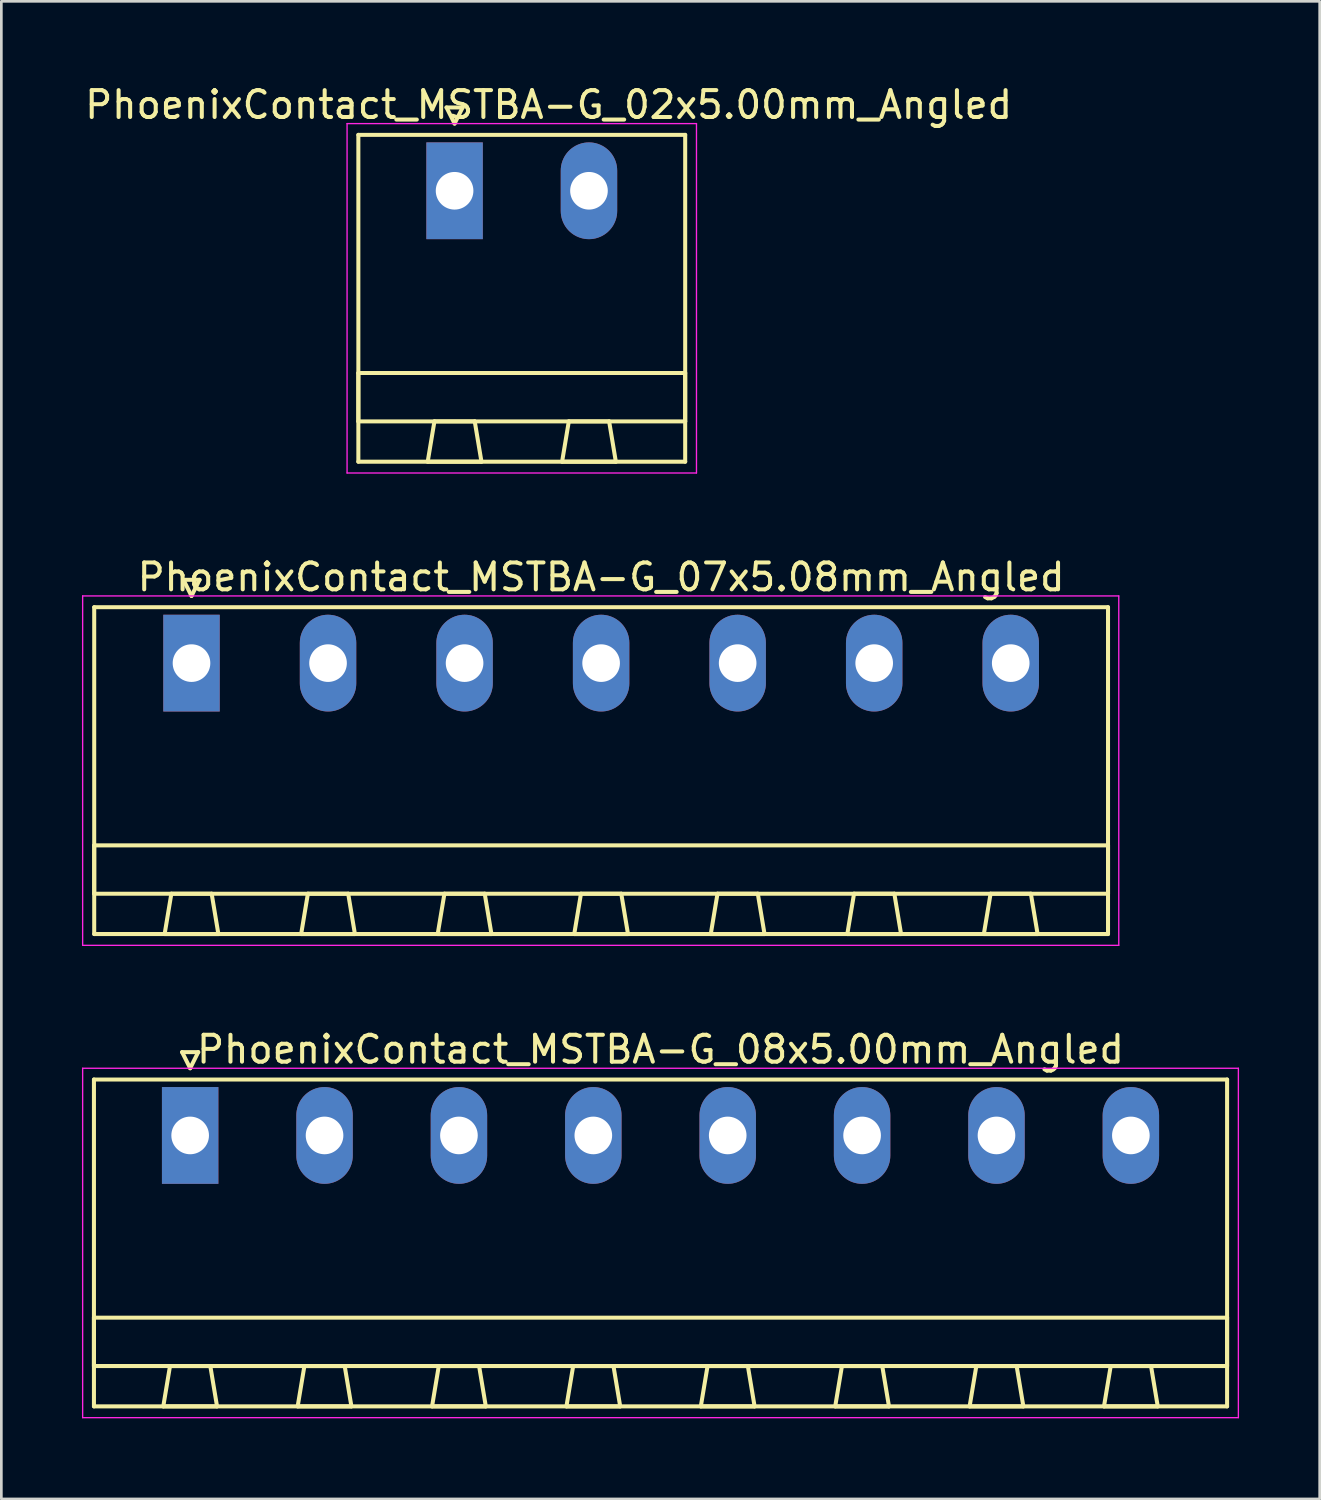
<source format=kicad_pcb>
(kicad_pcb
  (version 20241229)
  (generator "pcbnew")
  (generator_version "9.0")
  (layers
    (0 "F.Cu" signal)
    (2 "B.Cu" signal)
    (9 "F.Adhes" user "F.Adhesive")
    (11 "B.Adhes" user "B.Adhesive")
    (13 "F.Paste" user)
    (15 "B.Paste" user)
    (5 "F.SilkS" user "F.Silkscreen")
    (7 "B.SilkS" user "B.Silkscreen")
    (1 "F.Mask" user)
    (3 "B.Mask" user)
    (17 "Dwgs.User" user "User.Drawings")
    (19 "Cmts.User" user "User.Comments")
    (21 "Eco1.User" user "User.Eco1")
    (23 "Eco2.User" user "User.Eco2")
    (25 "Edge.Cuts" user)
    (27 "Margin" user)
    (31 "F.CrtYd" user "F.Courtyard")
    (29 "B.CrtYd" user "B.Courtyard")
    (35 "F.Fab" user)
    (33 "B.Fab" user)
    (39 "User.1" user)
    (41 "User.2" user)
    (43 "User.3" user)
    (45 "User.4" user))
  (footprint "PhoenixContact_MSTBA-G_08x5.00mm_Angled"
    (layer "F.Cu")
    (at 4.025 39.195)
    (property "Reference" "PhoenixContact_MSTBA-G_08x5.00mm_Angled" (at 17.5 -3.2 0) (layer "F.SilkS") (effects (font (size 1 1) (thickness 0.15))))
    (attr through_hole)
    (fp_line (start -3.58 -2.08) (end -3.58 10.08) (stroke (width 0.15) (type solid)) (layer "F.SilkS"))
    (fp_line (start -3.58 6.78) (end 38.58 6.78) (stroke (width 0.15) (type solid)) (layer "F.SilkS"))
    (fp_line (start -3.58 8.58) (end -3.58 6.78) (stroke (width 0.15) (type solid)) (layer "F.SilkS"))
    (fp_line (start -3.58 10.08) (end 38.58 10.08) (stroke (width 0.15) (type solid)) (layer "F.SilkS"))
    (fp_line (start -1 10.08) (end 1 10.08) (stroke (width 0.15) (type solid)) (layer "F.SilkS"))
    (fp_line (start -0.75 8.58) (end -1 10.08) (stroke (width 0.15) (type solid)) (layer "F.SilkS"))
    (fp_line (start -0.3 -3.1) (end 0 -2.5) (stroke (width 0.15) (type solid)) (layer "F.SilkS"))
    (fp_line (start 0 -2.5) (end 0.3 -3.1) (stroke (width 0.15) (type solid)) (layer "F.SilkS"))
    (fp_line (start 0.3 -3.1) (end -0.3 -3.1) (stroke (width 0.15) (type solid)) (layer "F.SilkS"))
    (fp_line (start 0.75 8.58) (end -0.75 8.58) (stroke (width 0.15) (type solid)) (layer "F.SilkS"))
    (fp_line (start 1 10.08) (end 0.75 8.58) (stroke (width 0.15) (type solid)) (layer "F.SilkS"))
    (fp_line (start 4 10.08) (end 6 10.08) (stroke (width 0.15) (type solid)) (layer "F.SilkS"))
    (fp_line (start 4.25 8.58) (end 4 10.08) (stroke (width 0.15) (type solid)) (layer "F.SilkS"))
    (fp_line (start 5.75 8.58) (end 4.25 8.58) (stroke (width 0.15) (type solid)) (layer "F.SilkS"))
    (fp_line (start 6 10.08) (end 5.75 8.58) (stroke (width 0.15) (type solid)) (layer "F.SilkS"))
    (fp_line (start 9 10.08) (end 11 10.08) (stroke (width 0.15) (type solid)) (layer "F.SilkS"))
    (fp_line (start 9.25 8.58) (end 9 10.08) (stroke (width 0.15) (type solid)) (layer "F.SilkS"))
    (fp_line (start 10.75 8.58) (end 9.25 8.58) (stroke (width 0.15) (type solid)) (layer "F.SilkS"))
    (fp_line (start 11 10.08) (end 10.75 8.58) (stroke (width 0.15) (type solid)) (layer "F.SilkS"))
    (fp_line (start 14 10.08) (end 16 10.08) (stroke (width 0.15) (type solid)) (layer "F.SilkS"))
    (fp_line (start 14.25 8.58) (end 14 10.08) (stroke (width 0.15) (type solid)) (layer "F.SilkS"))
    (fp_line (start 15.75 8.58) (end 14.25 8.58) (stroke (width 0.15) (type solid)) (layer "F.SilkS"))
    (fp_line (start 16 10.08) (end 15.75 8.58) (stroke (width 0.15) (type solid)) (layer "F.SilkS"))
    (fp_line (start 19 10.08) (end 21 10.08) (stroke (width 0.15) (type solid)) (layer "F.SilkS"))
    (fp_line (start 19.25 8.58) (end 19 10.08) (stroke (width 0.15) (type solid)) (layer "F.SilkS"))
    (fp_line (start 20.75 8.58) (end 19.25 8.58) (stroke (width 0.15) (type solid)) (layer "F.SilkS"))
    (fp_line (start 21 10.08) (end 20.75 8.58) (stroke (width 0.15) (type solid)) (layer "F.SilkS"))
    (fp_line (start 24 10.08) (end 26 10.08) (stroke (width 0.15) (type solid)) (layer "F.SilkS"))
    (fp_line (start 24.25 8.58) (end 24 10.08) (stroke (width 0.15) (type solid)) (layer "F.SilkS"))
    (fp_line (start 25.75 8.58) (end 24.25 8.58) (stroke (width 0.15) (type solid)) (layer "F.SilkS"))
    (fp_line (start 26 10.08) (end 25.75 8.58) (stroke (width 0.15) (type solid)) (layer "F.SilkS"))
    (fp_line (start 29 10.08) (end 31 10.08) (stroke (width 0.15) (type solid)) (layer "F.SilkS"))
    (fp_line (start 29.25 8.58) (end 29 10.08) (stroke (width 0.15) (type solid)) (layer "F.SilkS"))
    (fp_line (start 30.75 8.58) (end 29.25 8.58) (stroke (width 0.15) (type solid)) (layer "F.SilkS"))
    (fp_line (start 31 10.08) (end 30.75 8.58) (stroke (width 0.15) (type solid)) (layer "F.SilkS"))
    (fp_line (start 34 10.08) (end 36 10.08) (stroke (width 0.15) (type solid)) (layer "F.SilkS"))
    (fp_line (start 34.25 8.58) (end 34 10.08) (stroke (width 0.15) (type solid)) (layer "F.SilkS"))
    (fp_line (start 35.75 8.58) (end 34.25 8.58) (stroke (width 0.15) (type solid)) (layer "F.SilkS"))
    (fp_line (start 36 10.08) (end 35.75 8.58) (stroke (width 0.15) (type solid)) (layer "F.SilkS"))
    (fp_line (start 38.58 -2.08) (end -3.58 -2.08) (stroke (width 0.15) (type solid)) (layer "F.SilkS"))
    (fp_line (start 38.58 6.78) (end 38.58 8.58) (stroke (width 0.15) (type solid)) (layer "F.SilkS"))
    (fp_line (start 38.58 8.58) (end -3.58 8.58) (stroke (width 0.15) (type solid)) (layer "F.SilkS"))
    (fp_line (start 38.58 10.08) (end 38.58 -2.08) (stroke (width 0.15) (type solid)) (layer "F.SilkS"))
    (fp_line (start -4 -2.5) (end -4 10.5) (stroke (width 0.05) (type solid)) (layer "F.CrtYd"))
    (fp_line (start -4 10.5) (end 39 10.5) (stroke (width 0.05) (type solid)) (layer "F.CrtYd"))
    (fp_line (start 39 -2.5) (end -4 -2.5) (stroke (width 0.05) (type solid)) (layer "F.CrtYd"))
    (fp_line (start 39 10.5) (end 39 -2.5) (stroke (width 0.05) (type solid)) (layer "F.CrtYd"))
    (pad "1" thru_hole rect (at 0 0) (size 2.1 3.6) (drill 1.4) (layers "*.Cu" "*.Mask"))
    (pad "2" thru_hole oval (at 5 0) (size 2.1 3.6) (drill 1.4) (layers "*.Cu" "*.Mask"))
    (pad "3" thru_hole oval (at 10 0) (size 2.1 3.6) (drill 1.4) (layers "*.Cu" "*.Mask"))
    (pad "4" thru_hole oval (at 15 0) (size 2.1 3.6) (drill 1.4) (layers "*.Cu" "*.Mask"))
    (pad "5" thru_hole oval (at 20 0) (size 2.1 3.6) (drill 1.4) (layers "*.Cu" "*.Mask"))
    (pad "6" thru_hole oval (at 25 0) (size 2.1 3.6) (drill 1.4) (layers "*.Cu" "*.Mask"))
    (pad "7" thru_hole oval (at 30 0) (size 2.1 3.6) (drill 1.4) (layers "*.Cu" "*.Mask"))
    (pad "8" thru_hole oval (at 35 0) (size 2.1 3.6) (drill 1.4) (layers "*.Cu" "*.Mask")))
  (footprint "PhoenixContact_MSTBA-G_07x5.08mm_Angled"
    (layer "F.Cu")
    (at 4.075 21.622)
    (property "Reference" "PhoenixContact_MSTBA-G_07x5.08mm_Angled" (at 15.24 -3.2 0) (layer "F.SilkS") (effects (font (size 1 1) (thickness 0.15))))
    (attr through_hole)
    (fp_line (start -3.62 -2.08) (end -3.62 10.08) (stroke (width 0.15) (type solid)) (layer "F.SilkS"))
    (fp_line (start -3.62 6.78) (end 34.1 6.78) (stroke (width 0.15) (type solid)) (layer "F.SilkS"))
    (fp_line (start -3.62 8.58) (end -3.62 6.78) (stroke (width 0.15) (type solid)) (layer "F.SilkS"))
    (fp_line (start -3.62 10.08) (end 34.1 10.08) (stroke (width 0.15) (type solid)) (layer "F.SilkS"))
    (fp_line (start -1 10.08) (end 1 10.08) (stroke (width 0.15) (type solid)) (layer "F.SilkS"))
    (fp_line (start -0.75 8.58) (end -1 10.08) (stroke (width 0.15) (type solid)) (layer "F.SilkS"))
    (fp_line (start -0.3 -3.1) (end 0 -2.5) (stroke (width 0.15) (type solid)) (layer "F.SilkS"))
    (fp_line (start 0 -2.5) (end 0.3 -3.1) (stroke (width 0.15) (type solid)) (layer "F.SilkS"))
    (fp_line (start 0.3 -3.1) (end -0.3 -3.1) (stroke (width 0.15) (type solid)) (layer "F.SilkS"))
    (fp_line (start 0.75 8.58) (end -0.75 8.58) (stroke (width 0.15) (type solid)) (layer "F.SilkS"))
    (fp_line (start 1 10.08) (end 0.75 8.58) (stroke (width 0.15) (type solid)) (layer "F.SilkS"))
    (fp_line (start 4.08 10.08) (end 6.08 10.08) (stroke (width 0.15) (type solid)) (layer "F.SilkS"))
    (fp_line (start 4.33 8.58) (end 4.08 10.08) (stroke (width 0.15) (type solid)) (layer "F.SilkS"))
    (fp_line (start 5.83 8.58) (end 4.33 8.58) (stroke (width 0.15) (type solid)) (layer "F.SilkS"))
    (fp_line (start 6.08 10.08) (end 5.83 8.58) (stroke (width 0.15) (type solid)) (layer "F.SilkS"))
    (fp_line (start 9.16 10.08) (end 11.16 10.08) (stroke (width 0.15) (type solid)) (layer "F.SilkS"))
    (fp_line (start 9.41 8.58) (end 9.16 10.08) (stroke (width 0.15) (type solid)) (layer "F.SilkS"))
    (fp_line (start 10.91 8.58) (end 9.41 8.58) (stroke (width 0.15) (type solid)) (layer "F.SilkS"))
    (fp_line (start 11.16 10.08) (end 10.91 8.58) (stroke (width 0.15) (type solid)) (layer "F.SilkS"))
    (fp_line (start 14.24 10.08) (end 16.24 10.08) (stroke (width 0.15) (type solid)) (layer "F.SilkS"))
    (fp_line (start 14.49 8.58) (end 14.24 10.08) (stroke (width 0.15) (type solid)) (layer "F.SilkS"))
    (fp_line (start 15.99 8.58) (end 14.49 8.58) (stroke (width 0.15) (type solid)) (layer "F.SilkS"))
    (fp_line (start 16.24 10.08) (end 15.99 8.58) (stroke (width 0.15) (type solid)) (layer "F.SilkS"))
    (fp_line (start 19.32 10.08) (end 21.32 10.08) (stroke (width 0.15) (type solid)) (layer "F.SilkS"))
    (fp_line (start 19.57 8.58) (end 19.32 10.08) (stroke (width 0.15) (type solid)) (layer "F.SilkS"))
    (fp_line (start 21.07 8.58) (end 19.57 8.58) (stroke (width 0.15) (type solid)) (layer "F.SilkS"))
    (fp_line (start 21.32 10.08) (end 21.07 8.58) (stroke (width 0.15) (type solid)) (layer "F.SilkS"))
    (fp_line (start 24.4 10.08) (end 26.4 10.08) (stroke (width 0.15) (type solid)) (layer "F.SilkS"))
    (fp_line (start 24.65 8.58) (end 24.4 10.08) (stroke (width 0.15) (type solid)) (layer "F.SilkS"))
    (fp_line (start 26.15 8.58) (end 24.65 8.58) (stroke (width 0.15) (type solid)) (layer "F.SilkS"))
    (fp_line (start 26.4 10.08) (end 26.15 8.58) (stroke (width 0.15) (type solid)) (layer "F.SilkS"))
    (fp_line (start 29.48 10.08) (end 31.48 10.08) (stroke (width 0.15) (type solid)) (layer "F.SilkS"))
    (fp_line (start 29.73 8.58) (end 29.48 10.08) (stroke (width 0.15) (type solid)) (layer "F.SilkS"))
    (fp_line (start 31.23 8.58) (end 29.73 8.58) (stroke (width 0.15) (type solid)) (layer "F.SilkS"))
    (fp_line (start 31.48 10.08) (end 31.23 8.58) (stroke (width 0.15) (type solid)) (layer "F.SilkS"))
    (fp_line (start 34.1 -2.08) (end -3.62 -2.08) (stroke (width 0.15) (type solid)) (layer "F.SilkS"))
    (fp_line (start 34.1 6.78) (end 34.1 8.58) (stroke (width 0.15) (type solid)) (layer "F.SilkS"))
    (fp_line (start 34.1 8.58) (end -3.62 8.58) (stroke (width 0.15) (type solid)) (layer "F.SilkS"))
    (fp_line (start 34.1 10.08) (end 34.1 -2.08) (stroke (width 0.15) (type solid)) (layer "F.SilkS"))
    (fp_line (start -4.05 -2.5) (end -4.05 10.5) (stroke (width 0.05) (type solid)) (layer "F.CrtYd"))
    (fp_line (start -4.05 10.5) (end 34.5 10.5) (stroke (width 0.05) (type solid)) (layer "F.CrtYd"))
    (fp_line (start 34.5 -2.5) (end -4.05 -2.5) (stroke (width 0.05) (type solid)) (layer "F.CrtYd"))
    (fp_line (start 34.5 10.5) (end 34.5 -2.5) (stroke (width 0.05) (type solid)) (layer "F.CrtYd"))
    (pad "1" thru_hole rect (at 0 0) (size 2.1 3.6) (drill 1.4) (layers "*.Cu" "*.Mask"))
    (pad "2" thru_hole oval (at 5.08 0) (size 2.1 3.6) (drill 1.4) (layers "*.Cu" "*.Mask"))
    (pad "3" thru_hole oval (at 10.16 0) (size 2.1 3.6) (drill 1.4) (layers "*.Cu" "*.Mask"))
    (pad "4" thru_hole oval (at 15.24 0) (size 2.1 3.6) (drill 1.4) (layers "*.Cu" "*.Mask"))
    (pad "5" thru_hole oval (at 20.32 0) (size 2.1 3.6) (drill 1.4) (layers "*.Cu" "*.Mask"))
    (pad "6" thru_hole oval (at 25.4 0) (size 2.1 3.6) (drill 1.4) (layers "*.Cu" "*.Mask"))
    (pad "7" thru_hole oval (at 30.48 0) (size 2.1 3.6) (drill 1.4) (layers "*.Cu" "*.Mask")))
  (footprint "PhoenixContact_MSTBA-G_02x5.00mm_Angled"
    (layer "F.Cu")
    (at 13.863 4.048)
    (property "Reference" "PhoenixContact_MSTBA-G_02x5.00mm_Angled" (at 3.5 -3.2 0) (layer "F.SilkS") (effects (font (size 1 1) (thickness 0.15))))
    (attr through_hole)
    (fp_line (start -3.58 -2.08) (end -3.58 10.08) (stroke (width 0.15) (type solid)) (layer "F.SilkS"))
    (fp_line (start -3.58 6.78) (end 8.58 6.78) (stroke (width 0.15) (type solid)) (layer "F.SilkS"))
    (fp_line (start -3.58 8.58) (end -3.58 6.78) (stroke (width 0.15) (type solid)) (layer "F.SilkS"))
    (fp_line (start -3.58 10.08) (end 8.58 10.08) (stroke (width 0.15) (type solid)) (layer "F.SilkS"))
    (fp_line (start -1 10.08) (end 1 10.08) (stroke (width 0.15) (type solid)) (layer "F.SilkS"))
    (fp_line (start -0.75 8.58) (end -1 10.08) (stroke (width 0.15) (type solid)) (layer "F.SilkS"))
    (fp_line (start -0.3 -3.1) (end 0 -2.5) (stroke (width 0.15) (type solid)) (layer "F.SilkS"))
    (fp_line (start 0 -2.5) (end 0.3 -3.1) (stroke (width 0.15) (type solid)) (layer "F.SilkS"))
    (fp_line (start 0.3 -3.1) (end -0.3 -3.1) (stroke (width 0.15) (type solid)) (layer "F.SilkS"))
    (fp_line (start 0.75 8.58) (end -0.75 8.58) (stroke (width 0.15) (type solid)) (layer "F.SilkS"))
    (fp_line (start 1 10.08) (end 0.75 8.58) (stroke (width 0.15) (type solid)) (layer "F.SilkS"))
    (fp_line (start 4 10.08) (end 6 10.08) (stroke (width 0.15) (type solid)) (layer "F.SilkS"))
    (fp_line (start 4.25 8.58) (end 4 10.08) (stroke (width 0.15) (type solid)) (layer "F.SilkS"))
    (fp_line (start 5.75 8.58) (end 4.25 8.58) (stroke (width 0.15) (type solid)) (layer "F.SilkS"))
    (fp_line (start 6 10.08) (end 5.75 8.58) (stroke (width 0.15) (type solid)) (layer "F.SilkS"))
    (fp_line (start 8.58 -2.08) (end -3.58 -2.08) (stroke (width 0.15) (type solid)) (layer "F.SilkS"))
    (fp_line (start 8.58 6.78) (end 8.58 8.58) (stroke (width 0.15) (type solid)) (layer "F.SilkS"))
    (fp_line (start 8.58 8.58) (end -3.58 8.58) (stroke (width 0.15) (type solid)) (layer "F.SilkS"))
    (fp_line (start 8.58 10.08) (end 8.58 -2.08) (stroke (width 0.15) (type solid)) (layer "F.SilkS"))
    (fp_line (start -4 -2.5) (end -4 10.5) (stroke (width 0.05) (type solid)) (layer "F.CrtYd"))
    (fp_line (start -4 10.5) (end 9 10.5) (stroke (width 0.05) (type solid)) (layer "F.CrtYd"))
    (fp_line (start 9 -2.5) (end -4 -2.5) (stroke (width 0.05) (type solid)) (layer "F.CrtYd"))
    (fp_line (start 9 10.5) (end 9 -2.5) (stroke (width 0.05) (type solid)) (layer "F.CrtYd"))
    (pad "1" thru_hole rect (at 0 0) (size 2.1 3.6) (drill 1.4) (layers "*.Cu" "*.Mask"))
    (pad "2" thru_hole oval (at 5 0) (size 2.1 3.6) (drill 1.4) (layers "*.Cu" "*.Mask")))
  (gr_rect
    (start -3 -3)
    (end 46.05 52.72)
    (stroke (width 0.1) (type default))
    (fill no)
    (layer "Edge.Cuts")))
</source>
